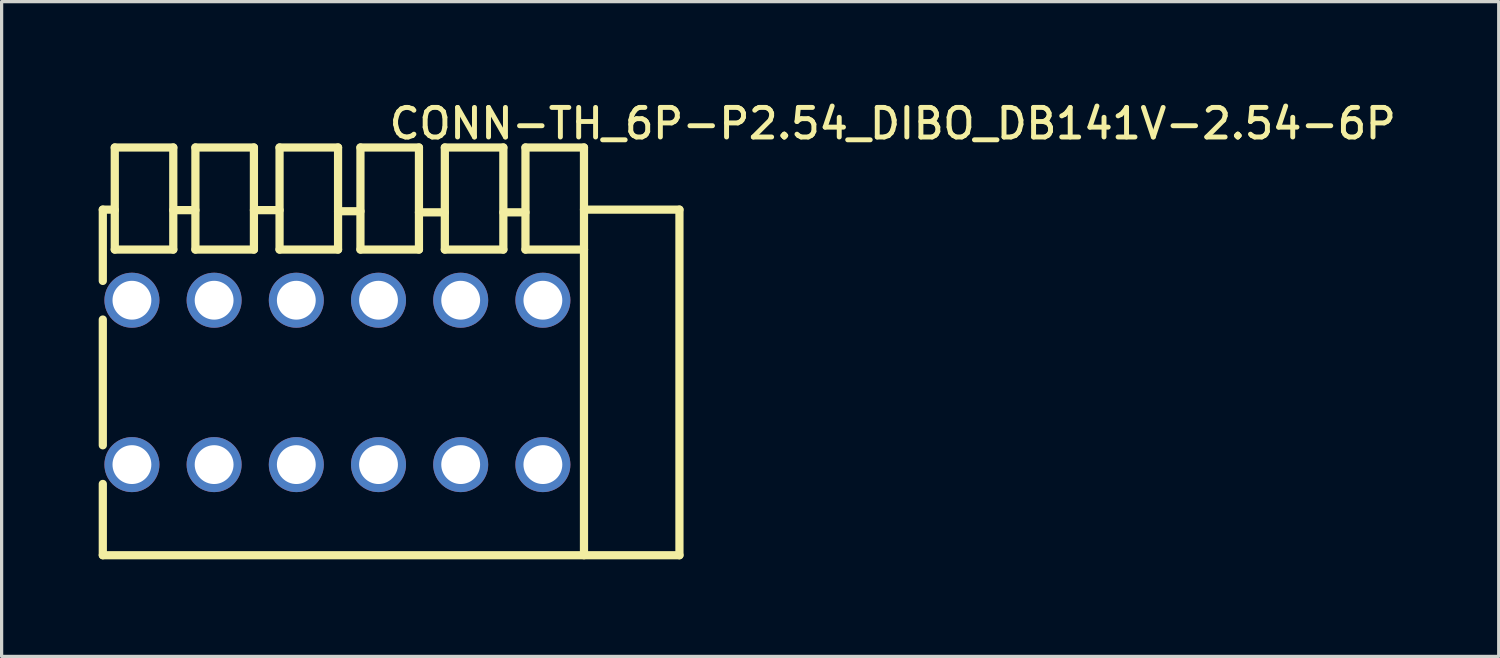
<source format=kicad_pcb>
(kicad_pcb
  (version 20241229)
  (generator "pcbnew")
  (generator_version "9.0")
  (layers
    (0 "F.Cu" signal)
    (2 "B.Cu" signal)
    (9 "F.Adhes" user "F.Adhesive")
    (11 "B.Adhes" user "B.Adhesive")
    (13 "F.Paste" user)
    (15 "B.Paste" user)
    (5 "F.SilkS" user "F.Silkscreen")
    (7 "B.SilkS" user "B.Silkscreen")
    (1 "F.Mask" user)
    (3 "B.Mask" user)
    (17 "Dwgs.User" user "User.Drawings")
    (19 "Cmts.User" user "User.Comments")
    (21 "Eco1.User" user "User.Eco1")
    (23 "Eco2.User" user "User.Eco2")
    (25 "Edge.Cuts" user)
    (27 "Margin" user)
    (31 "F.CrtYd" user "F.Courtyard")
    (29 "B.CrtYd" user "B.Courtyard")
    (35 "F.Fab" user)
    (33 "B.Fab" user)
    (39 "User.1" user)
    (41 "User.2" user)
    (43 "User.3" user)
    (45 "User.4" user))
  (footprint "CONN-TH_6P-P2.54_DIBO_DB141V-2.54-6P"
    (layer "F.Cu")
    (at 7.377 8.768)
    (property "Reference" "CONN-TH_6P-P2.54_DIBO_DB141V-2.54-6P" (at 1.524 -8.534 0) (layer "F.SilkS") (effects (font (size 0.914 0.914) (thickness 0.152)) (justify left top)))
    (fp_line (start -7.25 -5.34) (end -6.896 -5.34) (stroke (width 0.254) (type default)) (layer "F.SilkS"))
    (fp_line (start -7.25 -3.137) (end -7.25 -5.34) (stroke (width 0.254) (type default)) (layer "F.SilkS"))
    (fp_line (start -7.25 1.943) (end -7.25 -1.943) (stroke (width 0.254) (type default)) (layer "F.SilkS"))
    (fp_line (start -7.25 5.34) (end -7.25 3.137) (stroke (width 0.254) (type default)) (layer "F.SilkS"))
    (fp_line (start -7.25 5.34) (end 10.57 5.34) (stroke (width 0.254) (type default)) (layer "F.SilkS"))
    (fp_line (start -6.896 -5.34) (end -6.88 -5.324) (stroke (width 0.254) (type default)) (layer "F.SilkS"))
    (fp_line (start -6.88 -7.26) (end -6.88 -4.106) (stroke (width 0.254) (type default)) (layer "F.SilkS"))
    (fp_line (start -5.072 -7.26) (end -6.88 -7.26) (stroke (width 0.254) (type default)) (layer "F.SilkS"))
    (fp_line (start -5.072 -7.26) (end -5.072 -4.106) (stroke (width 0.254) (type default)) (layer "F.SilkS"))
    (fp_line (start -5.072 -5.324) (end -4.388 -5.324) (stroke (width 0.254) (type default)) (layer "F.SilkS"))
    (fp_line (start -5.072 -4.106) (end -6.88 -4.106) (stroke (width 0.254) (type default)) (layer "F.SilkS"))
    (fp_line (start -4.388 -7.26) (end -4.388 -4.106) (stroke (width 0.254) (type default)) (layer "F.SilkS"))
    (fp_line (start -2.58 -7.26) (end -4.388 -7.26) (stroke (width 0.254) (type default)) (layer "F.SilkS"))
    (fp_line (start -2.58 -7.26) (end -2.58 -4.106) (stroke (width 0.254) (type default)) (layer "F.SilkS"))
    (fp_line (start -2.58 -5.324) (end -1.788 -5.324) (stroke (width 0.254) (type default)) (layer "F.SilkS"))
    (fp_line (start -2.58 -4.106) (end -4.388 -4.106) (stroke (width 0.254) (type default)) (layer "F.SilkS"))
    (fp_line (start -1.788 -7.26) (end -1.788 -4.106) (stroke (width 0.254) (type default)) (layer "F.SilkS"))
    (fp_line (start 0.02 -7.26) (end -1.788 -7.26) (stroke (width 0.254) (type default)) (layer "F.SilkS"))
    (fp_line (start 0.02 -7.26) (end 0.02 -4.106) (stroke (width 0.254) (type default)) (layer "F.SilkS"))
    (fp_line (start 0.02 -5.29) (end 0.712 -5.29) (stroke (width 0.254) (type default)) (layer "F.SilkS"))
    (fp_line (start 0.02 -4.106) (end -1.788 -4.106) (stroke (width 0.254) (type default)) (layer "F.SilkS"))
    (fp_line (start 0.712 -7.26) (end 0.712 -4.106) (stroke (width 0.254) (type default)) (layer "F.SilkS"))
    (fp_line (start 2.52 -7.26) (end 0.712 -7.26) (stroke (width 0.254) (type default)) (layer "F.SilkS"))
    (fp_line (start 2.52 -7.26) (end 2.52 -4.106) (stroke (width 0.254) (type default)) (layer "F.SilkS"))
    (fp_line (start 2.52 -5.256) (end 3.32 -5.256) (stroke (width 0.254) (type default)) (layer "F.SilkS"))
    (fp_line (start 2.52 -4.106) (end 0.712 -4.106) (stroke (width 0.254) (type default)) (layer "F.SilkS"))
    (fp_line (start 3.32 -7.26) (end 3.32 -4.106) (stroke (width 0.254) (type default)) (layer "F.SilkS"))
    (fp_line (start 5.128 -7.26) (end 3.32 -7.26) (stroke (width 0.254) (type default)) (layer "F.SilkS"))
    (fp_line (start 5.128 -7.26) (end 5.128 -4.106) (stroke (width 0.254) (type default)) (layer "F.SilkS"))
    (fp_line (start 5.128 -5.256) (end 5.812 -5.256) (stroke (width 0.254) (type default)) (layer "F.SilkS"))
    (fp_line (start 5.128 -4.106) (end 3.32 -4.106) (stroke (width 0.254) (type default)) (layer "F.SilkS"))
    (fp_line (start 5.812 -7.26) (end 5.812 -4.106) (stroke (width 0.254) (type default)) (layer "F.SilkS"))
    (fp_line (start 7.62 -7.26) (end 5.812 -7.26) (stroke (width 0.254) (type default)) (layer "F.SilkS"))
    (fp_line (start 7.62 -7.26) (end 7.62 -4.106) (stroke (width 0.254) (type default)) (layer "F.SilkS"))
    (fp_line (start 7.62 -4.106) (end 5.812 -4.106) (stroke (width 0.254) (type default)) (layer "F.SilkS"))
    (fp_line (start 7.62 -4.106) (end 7.62 5.34) (stroke (width 0.254) (type default)) (layer "F.SilkS"))
    (fp_line (start 10.57 -5.34) (end 7.62 -5.34) (stroke (width 0.254) (type default)) (layer "F.SilkS"))
    (fp_line (start 10.57 -5.34) (end 10.57 5.34) (stroke (width 0.254) (type default)) (layer "F.SilkS"))
    (fp_circle (center -7.23 5.34) (end -7.2 5.34) (stroke (width 0.06) (type default)) (fill no) (layer "User.5"))
    (pad "1" thru_hole oval (at -6.35 -2.54) (size 1.7 1.7) (drill 1.2) (layers "*.Cu" "*.Mask"))
    (pad "1" thru_hole oval (at -6.35 2.54) (size 1.7 1.7) (drill 1.2) (layers "*.Cu" "*.Mask"))
    (pad "2" thru_hole oval (at -3.81 -2.54) (size 1.7 1.7) (drill 1.2) (layers "*.Cu" "*.Mask"))
    (pad "2" thru_hole oval (at -3.81 2.54) (size 1.7 1.7) (drill 1.2) (layers "*.Cu" "*.Mask"))
    (pad "3" thru_hole oval (at -1.27 -2.54) (size 1.7 1.7) (drill 1.2) (layers "*.Cu" "*.Mask"))
    (pad "3" thru_hole oval (at -1.27 2.54) (size 1.7 1.7) (drill 1.2) (layers "*.Cu" "*.Mask"))
    (pad "4" thru_hole oval (at 1.27 -2.54) (size 1.7 1.7) (drill 1.2) (layers "*.Cu" "*.Mask"))
    (pad "4" thru_hole oval (at 1.27 2.54) (size 1.7 1.7) (drill 1.2) (layers "*.Cu" "*.Mask"))
    (pad "5" thru_hole oval (at 3.81 -2.54) (size 1.7 1.7) (drill 1.2) (layers "*.Cu" "*.Mask"))
    (pad "5" thru_hole oval (at 3.81 2.54) (size 1.7 1.7) (drill 1.2) (layers "*.Cu" "*.Mask"))
    (pad "6" thru_hole oval (at 6.35 -2.54) (size 1.7 1.7) (drill 1.2) (layers "*.Cu" "*.Mask"))
    (pad "6" thru_hole oval (at 6.35 2.54) (size 1.7 1.7) (drill 1.2) (layers "*.Cu" "*.Mask"))
    (zone (net_name "") (layer "Dwgs.User") (hatch edge 0.5) (priority 100) (connect_pads yes) (min_thickness 0) (filled_areas_thickness no) (fill yes) (polygon (pts (xy 0.777 3.368) (xy 0.777 1.468) (xy 15.377 1.468) (xy 15.377 3.368) (xy 15.177 3.368) (xy 15.177 1.668) (xy 0.977 1.668) (xy 0.977 3.368))) (filled_polygon (layer "Dwgs.User") (island) (pts (xy 0.777 3.368) (xy 0.777 1.468) (xy 15.377 1.468) (xy 15.377 3.368) (xy 15.177 3.368) (xy 15.177 1.668) (xy 0.977 1.668) (xy 0.977 3.368))))
    (zone (net_name "") (layer "User.3") (hatch edge 0.5) (priority 100) (connect_pads yes) (min_thickness 0) (filled_areas_thickness no) (fill yes) (polygon (pts (xy 17.927 14.108) (xy 0.147 14.108) (xy 0.147 3.258) (xy 0.787 3.258) (xy 0.787 1.508) (xy 2.687 1.508) (xy 2.687 3.258) (xy 3.327 3.258) (xy 3.327 1.508) (xy 5.227 1.508) (xy 5.227 3.258) (xy 5.867 3.258) (xy 5.867 1.508) (xy 7.767 1.508) (xy 7.767 3.258) (xy 8.407 3.258) (xy 8.407 1.508) (xy 10.307 1.508) (xy 10.307 3.258) (xy 10.947 3.258) (xy 10.947 1.508) (xy 12.847 1.508) (xy 12.847 3.258) (xy 13.486 3.258) (xy 13.487 3.257) (xy 13.487 1.508) (xy 15.387 1.508) (xy 15.387 3.258) (xy 17.927 3.258))) (filled_polygon (layer "User.3") (island) (pts (xy 17.927 14.108) (xy 0.147 14.108) (xy 0.147 3.258) (xy 0.787 3.258) (xy 0.787 1.508) (xy 2.687 1.508) (xy 2.687 3.258) (xy 3.327 3.258) (xy 3.327 1.508) (xy 5.227 1.508) (xy 5.227 3.258) (xy 5.867 3.258) (xy 5.867 1.508) (xy 7.767 1.508) (xy 7.767 3.258) (xy 8.407 3.258) (xy 8.407 1.508) (xy 10.307 1.508) (xy 10.307 3.258) (xy 10.947 3.258) (xy 10.947 1.508) (xy 12.847 1.508) (xy 12.847 3.258) (xy 13.486 3.258) (xy 13.487 3.257) (xy 13.487 1.508) (xy 15.387 1.508) (xy 15.387 3.258) (xy 17.927 3.258))))
    (zone (net_name "") (layer "User.4") (hatch edge 0.5) (priority 100) (connect_pads yes) (min_thickness 0) (filled_areas_thickness no) (fill yes) (polygon (pts (xy 0.777 5.878) (xy 1.277 5.878) (xy 1.277 6.578) (xy 0.777 6.578))) (filled_polygon (layer "User.4") (island) (pts (xy 0.777 5.878) (xy 1.277 5.878) (xy 1.277 6.578) (xy 0.777 6.578))))
    (zone (net_name "") (layer "User.4") (hatch edge 0.5) (priority 100) (connect_pads yes) (min_thickness 0) (filled_areas_thickness no) (fill yes) (polygon (pts (xy 0.777 10.958) (xy 1.277 10.958) (xy 1.277 11.658) (xy 0.777 11.658))) (filled_polygon (layer "User.4") (island) (pts (xy 0.777 10.958) (xy 1.277 10.958) (xy 1.277 11.658) (xy 0.777 11.658))))
    (zone (net_name "") (layer "User.4") (hatch edge 0.5) (priority 100) (connect_pads yes) (min_thickness 0) (filled_areas_thickness no) (fill yes) (polygon (pts (xy 3.317 5.878) (xy 3.817 5.878) (xy 3.817 6.578) (xy 3.317 6.578))) (filled_polygon (layer "User.4") (island) (pts (xy 3.317 5.878) (xy 3.817 5.878) (xy 3.817 6.578) (xy 3.317 6.578))))
    (zone (net_name "") (layer "User.4") (hatch edge 0.5) (priority 100) (connect_pads yes) (min_thickness 0) (filled_areas_thickness no) (fill yes) (polygon (pts (xy 3.317 10.958) (xy 3.817 10.958) (xy 3.817 11.658) (xy 3.317 11.658))) (filled_polygon (layer "User.4") (island) (pts (xy 3.317 10.958) (xy 3.817 10.958) (xy 3.817 11.658) (xy 3.317 11.658))))
    (zone (net_name "") (layer "User.4") (hatch edge 0.5) (priority 100) (connect_pads yes) (min_thickness 0) (filled_areas_thickness no) (fill yes) (polygon (pts (xy 5.857 5.878) (xy 6.357 5.878) (xy 6.357 6.578) (xy 5.857 6.578))) (filled_polygon (layer "User.4") (island) (pts (xy 5.857 5.878) (xy 6.357 5.878) (xy 6.357 6.578) (xy 5.857 6.578))))
    (zone (net_name "") (layer "User.4") (hatch edge 0.5) (priority 100) (connect_pads yes) (min_thickness 0) (filled_areas_thickness no) (fill yes) (polygon (pts (xy 5.857 10.958) (xy 6.357 10.958) (xy 6.357 11.658) (xy 5.857 11.658))) (filled_polygon (layer "User.4") (island) (pts (xy 5.857 10.958) (xy 6.357 10.958) (xy 6.357 11.658) (xy 5.857 11.658))))
    (zone (net_name "") (layer "User.4") (hatch edge 0.5) (priority 100) (connect_pads yes) (min_thickness 0) (filled_areas_thickness no) (fill yes) (polygon (pts (xy 8.397 5.878) (xy 8.897 5.878) (xy 8.897 6.578) (xy 8.397 6.578))) (filled_polygon (layer "User.4") (island) (pts (xy 8.397 5.878) (xy 8.897 5.878) (xy 8.897 6.578) (xy 8.397 6.578))))
    (zone (net_name "") (layer "User.4") (hatch edge 0.5) (priority 100) (connect_pads yes) (min_thickness 0) (filled_areas_thickness no) (fill yes) (polygon (pts (xy 8.397 10.958) (xy 8.897 10.958) (xy 8.897 11.658) (xy 8.397 11.658))) (filled_polygon (layer "User.4") (island) (pts (xy 8.397 10.958) (xy 8.897 10.958) (xy 8.897 11.658) (xy 8.397 11.658))))
    (zone (net_name "") (layer "User.4") (hatch edge 0.5) (priority 100) (connect_pads yes) (min_thickness 0) (filled_areas_thickness no) (fill yes) (polygon (pts (xy 10.937 5.878) (xy 11.437 5.878) (xy 11.437 6.578) (xy 10.937 6.578))) (filled_polygon (layer "User.4") (island) (pts (xy 10.937 5.878) (xy 11.437 5.878) (xy 11.437 6.578) (xy 10.937 6.578))))
    (zone (net_name "") (layer "User.4") (hatch edge 0.5) (priority 100) (connect_pads yes) (min_thickness 0) (filled_areas_thickness no) (fill yes) (polygon (pts (xy 10.937 10.958) (xy 11.437 10.958) (xy 11.437 11.658) (xy 10.937 11.658))) (filled_polygon (layer "User.4") (island) (pts (xy 10.937 10.958) (xy 11.437 10.958) (xy 11.437 11.658) (xy 10.937 11.658))))
    (zone (net_name "") (layer "User.4") (hatch edge 0.5) (priority 100) (connect_pads yes) (min_thickness 0) (filled_areas_thickness no) (fill yes) (polygon (pts (xy 13.477 5.878) (xy 13.977 5.878) (xy 13.977 6.578) (xy 13.477 6.578))) (filled_polygon (layer "User.4") (island) (pts (xy 13.477 5.878) (xy 13.977 5.878) (xy 13.977 6.578) (xy 13.477 6.578))))
    (zone (net_name "") (layer "User.4") (hatch edge 0.5) (priority 100) (connect_pads yes) (min_thickness 0) (filled_areas_thickness no) (fill yes) (polygon (pts (xy 13.477 10.958) (xy 13.977 10.958) (xy 13.977 11.658) (xy 13.477 11.658))) (filled_polygon (layer "User.4") (island) (pts (xy 13.477 10.958) (xy 13.977 10.958) (xy 13.977 11.658) (xy 13.477 11.658)))))
  (gr_rect
    (start -3 -3)
    (end 43.265 17.235)
    (stroke (width 0.1) (type default))
    (fill no)
    (layer "Edge.Cuts")))
</source>
